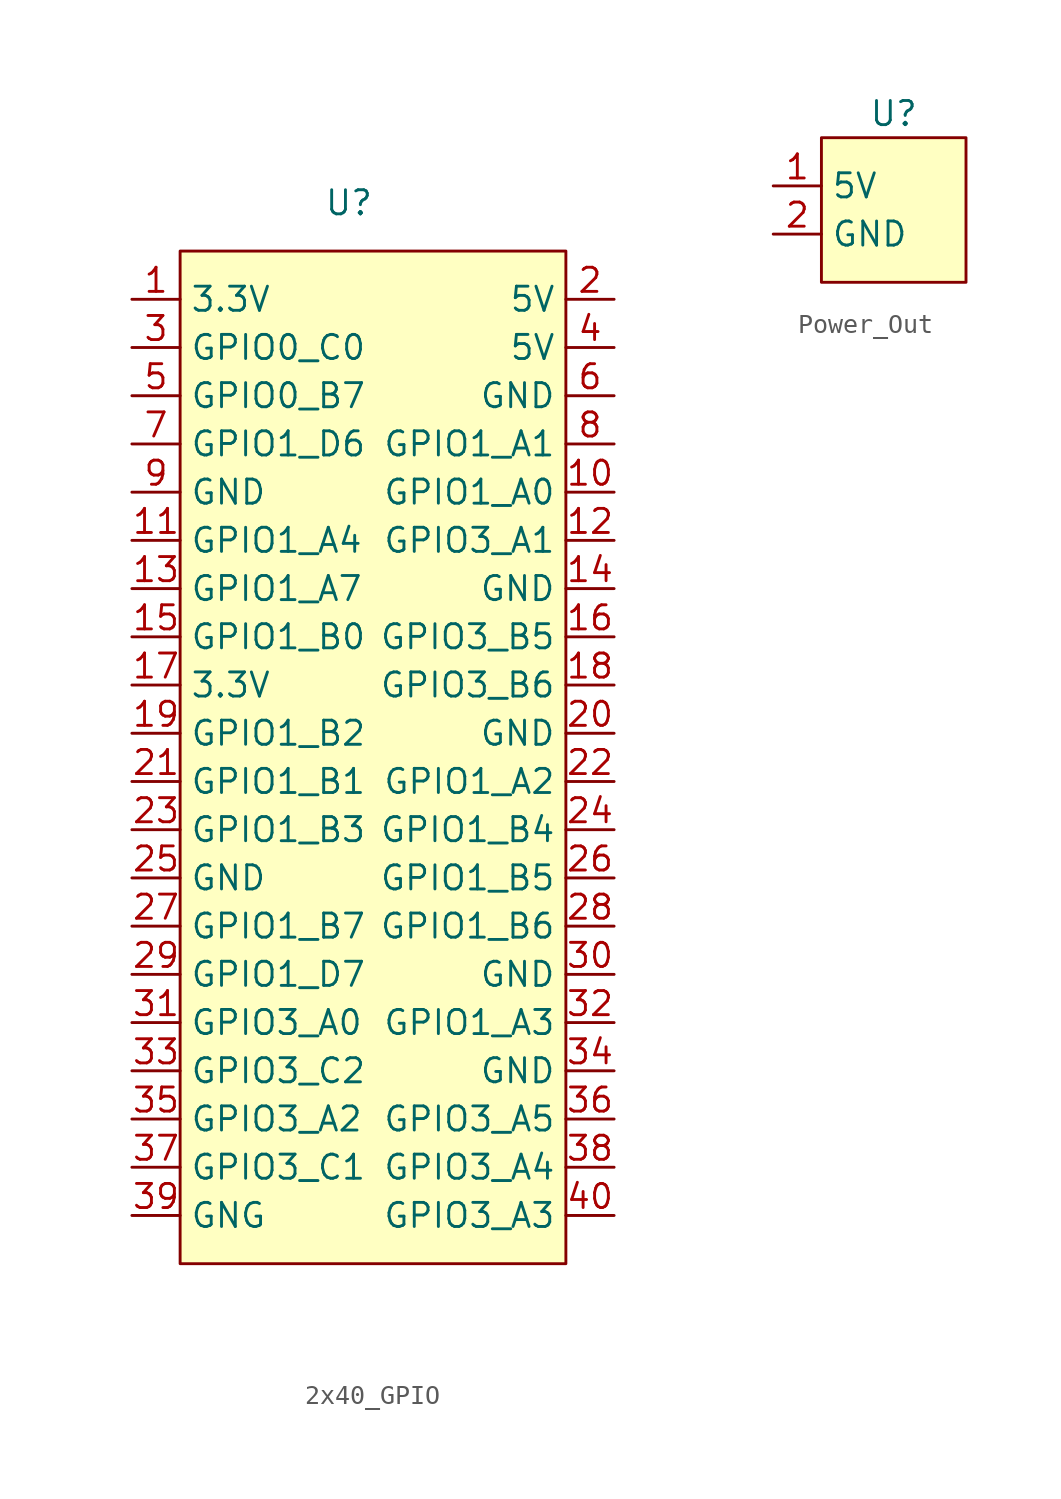
<source format=kicad_sym>
(kicad_symbol_lib
  (version 20220914)
  (generator kicad_symbol_editor)
  (symbol "2x40_GPIO"
    (property "Reference" "U"
      (at 8.89 55.88 0)
      (effects (font (size 1.27 1.27))))
    (property "Value" ""
      (at 0 0 0)
      (effects (font (size 1.27 1.27))))
    (symbol "2x40_GPIO_1_1"
      (rectangle (start 0 53.34) (end 20.32 0) (stroke (width 0) (type default)) (fill (type background)))
      (pin output line (at -2.54 50.8 0) (length 2.54) (name "3.3V" (effects (font (size 1.27 1.27)))) (number "1" (effects (font (size 1.27 1.27)))))
      (pin bidirectional line (at 22.86 40.64 180) (length 2.54) (name "GPIO1_A0" (effects (font (size 1.27 1.27)))) (number "10" (effects (font (size 1.27 1.27)))))
      (pin bidirectional line (at -2.54 38.1 0) (length 2.54) (name "GPIO1_A4" (effects (font (size 1.27 1.27)))) (number "11" (effects (font (size 1.27 1.27)))))
      (pin bidirectional line (at 22.86 38.1 180) (length 2.54) (name "GPIO3_A1" (effects (font (size 1.27 1.27)))) (number "12" (effects (font (size 1.27 1.27)))))
      (pin bidirectional line (at -2.54 35.56 0) (length 2.54) (name "GPIO1_A7" (effects (font (size 1.27 1.27)))) (number "13" (effects (font (size 1.27 1.27)))))
      (pin input line (at 22.86 35.56 180) (length 2.54) (name "GND" (effects (font (size 1.27 1.27)))) (number "14" (effects (font (size 1.27 1.27)))))
      (pin bidirectional line (at -2.54 33.02 0) (length 2.54) (name "GPIO1_B0" (effects (font (size 1.27 1.27)))) (number "15" (effects (font (size 1.27 1.27)))))
      (pin bidirectional line (at 22.86 33.02 180) (length 2.54) (name "GPIO3_B5" (effects (font (size 1.27 1.27)))) (number "16" (effects (font (size 1.27 1.27)))))
      (pin output line (at -2.54 30.48 0) (length 2.54) (name "3.3V" (effects (font (size 1.27 1.27)))) (number "17" (effects (font (size 1.27 1.27)))))
      (pin bidirectional line (at 22.86 30.48 180) (length 2.54) (name "GPIO3_B6" (effects (font (size 1.27 1.27)))) (number "18" (effects (font (size 1.27 1.27)))))
      (pin bidirectional line (at -2.54 27.94 0) (length 2.54) (name "GPIO1_B2" (effects (font (size 1.27 1.27)))) (number "19" (effects (font (size 1.27 1.27)))))
      (pin output line (at 22.86 50.8 180) (length 2.54) (name "5V" (effects (font (size 1.27 1.27)))) (number "2" (effects (font (size 1.27 1.27)))))
      (pin input line (at 22.86 27.94 180) (length 2.54) (name "GND" (effects (font (size 1.27 1.27)))) (number "20" (effects (font (size 1.27 1.27)))))
      (pin bidirectional line (at -2.54 25.4 0) (length 2.54) (name "GPIO1_B1" (effects (font (size 1.27 1.27)))) (number "21" (effects (font (size 1.27 1.27)))))
      (pin bidirectional line (at 22.86 25.4 180) (length 2.54) (name "GPIO1_A2" (effects (font (size 1.27 1.27)))) (number "22" (effects (font (size 1.27 1.27)))))
      (pin bidirectional line (at -2.54 22.86 0) (length 2.54) (name "GPIO1_B3" (effects (font (size 1.27 1.27)))) (number "23" (effects (font (size 1.27 1.27)))))
      (pin bidirectional line (at 22.86 22.86 180) (length 2.54) (name "GPIO1_B4" (effects (font (size 1.27 1.27)))) (number "24" (effects (font (size 1.27 1.27)))))
      (pin input line (at -2.54 20.32 0) (length 2.54) (name "GND" (effects (font (size 1.27 1.27)))) (number "25" (effects (font (size 1.27 1.27)))))
      (pin bidirectional line (at 22.86 20.32 180) (length 2.54) (name "GPIO1_B5" (effects (font (size 1.27 1.27)))) (number "26" (effects (font (size 1.27 1.27)))))
      (pin bidirectional line (at -2.54 17.78 0) (length 2.54) (name "GPIO1_B7" (effects (font (size 1.27 1.27)))) (number "27" (effects (font (size 1.27 1.27)))))
      (pin bidirectional line (at 22.86 17.78 180) (length 2.54) (name "GPIO1_B6" (effects (font (size 1.27 1.27)))) (number "28" (effects (font (size 1.27 1.27)))))
      (pin bidirectional line (at -2.54 15.24 0) (length 2.54) (name "GPIO1_D7" (effects (font (size 1.27 1.27)))) (number "29" (effects (font (size 1.27 1.27)))))
      (pin bidirectional line (at -2.54 48.26 0) (length 2.54) (name "GPIO0_C0" (effects (font (size 1.27 1.27)))) (number "3" (effects (font (size 1.27 1.27)))))
      (pin input line (at 22.86 15.24 180) (length 2.54) (name "GND" (effects (font (size 1.27 1.27)))) (number "30" (effects (font (size 1.27 1.27)))))
      (pin bidirectional line (at -2.54 12.7 0) (length 2.54) (name "GPIO3_A0" (effects (font (size 1.27 1.27)))) (number "31" (effects (font (size 1.27 1.27)))))
      (pin bidirectional line (at 22.86 12.7 180) (length 2.54) (name "GPIO1_A3" (effects (font (size 1.27 1.27)))) (number "32" (effects (font (size 1.27 1.27)))))
      (pin bidirectional line (at -2.54 10.16 0) (length 2.54) (name "GPIO3_C2" (effects (font (size 1.27 1.27)))) (number "33" (effects (font (size 1.27 1.27)))))
      (pin input line (at 22.86 10.16 180) (length 2.54) (name "GND" (effects (font (size 1.27 1.27)))) (number "34" (effects (font (size 1.27 1.27)))))
      (pin bidirectional line (at -2.54 7.62 0) (length 2.54) (name "GPIO3_A2" (effects (font (size 1.27 1.27)))) (number "35" (effects (font (size 1.27 1.27)))))
      (pin bidirectional line (at 22.86 7.62 180) (length 2.54) (name "GPIO3_A5" (effects (font (size 1.27 1.27)))) (number "36" (effects (font (size 1.27 1.27)))))
      (pin bidirectional line (at -2.54 5.08 0) (length 2.54) (name "GPIO3_C1" (effects (font (size 1.27 1.27)))) (number "37" (effects (font (size 1.27 1.27)))))
      (pin bidirectional line (at 22.86 5.08 180) (length 2.54) (name "GPIO3_A4" (effects (font (size 1.27 1.27)))) (number "38" (effects (font (size 1.27 1.27)))))
      (pin input line (at -2.54 2.54 0) (length 2.54) (name "GNG" (effects (font (size 1.27 1.27)))) (number "39" (effects (font (size 1.27 1.27)))))
      (pin output line (at 22.86 48.26 180) (length 2.54) (name "5V" (effects (font (size 1.27 1.27)))) (number "4" (effects (font (size 1.27 1.27)))))
      (pin bidirectional line (at 22.86 2.54 180) (length 2.54) (name "GPIO3_A3" (effects (font (size 1.27 1.27)))) (number "40" (effects (font (size 1.27 1.27)))))
      (pin bidirectional line (at -2.54 45.72 0) (length 2.54) (name "GPIO0_B7" (effects (font (size 1.27 1.27)))) (number "5" (effects (font (size 1.27 1.27)))))
      (pin input line (at 22.86 45.72 180) (length 2.54) (name "GND" (effects (font (size 1.27 1.27)))) (number "6" (effects (font (size 1.27 1.27)))))
      (pin bidirectional line (at -2.54 43.18 0) (length 2.54) (name "GPIO1_D6" (effects (font (size 1.27 1.27)))) (number "7" (effects (font (size 1.27 1.27)))))
      (pin bidirectional line (at 22.86 43.18 180) (length 2.54) (name "GPIO1_A1" (effects (font (size 1.27 1.27)))) (number "8" (effects (font (size 1.27 1.27)))))
      (pin input line (at -2.54 40.64 0) (length 2.54) (name "GND" (effects (font (size 1.27 1.27)))) (number "9" (effects (font (size 1.27 1.27)))))))
  (symbol "Power_Out"
    (property "Reference" "U"
      (at 3.81 8.89 0)
      (effects (font (size 1.27 1.27))))
    (property "Value" ""
      (at 0 0 0)
      (effects (font (size 1.27 1.27))))
    (symbol "Power_Out_1_1"
      (rectangle (start 0 7.62) (end 7.62 0) (stroke (width 0) (type default)) (fill (type background)))
      (pin output line (at -2.54 5.08 0) (length 2.54) (name "5V" (effects (font (size 1.27 1.27)))) (number "1" (effects (font (size 1.27 1.27)))))
      (pin input line (at -2.54 2.54 0) (length 2.54) (name "GND" (effects (font (size 1.27 1.27)))) (number "2" (effects (font (size 1.27 1.27))))))))
</source>
